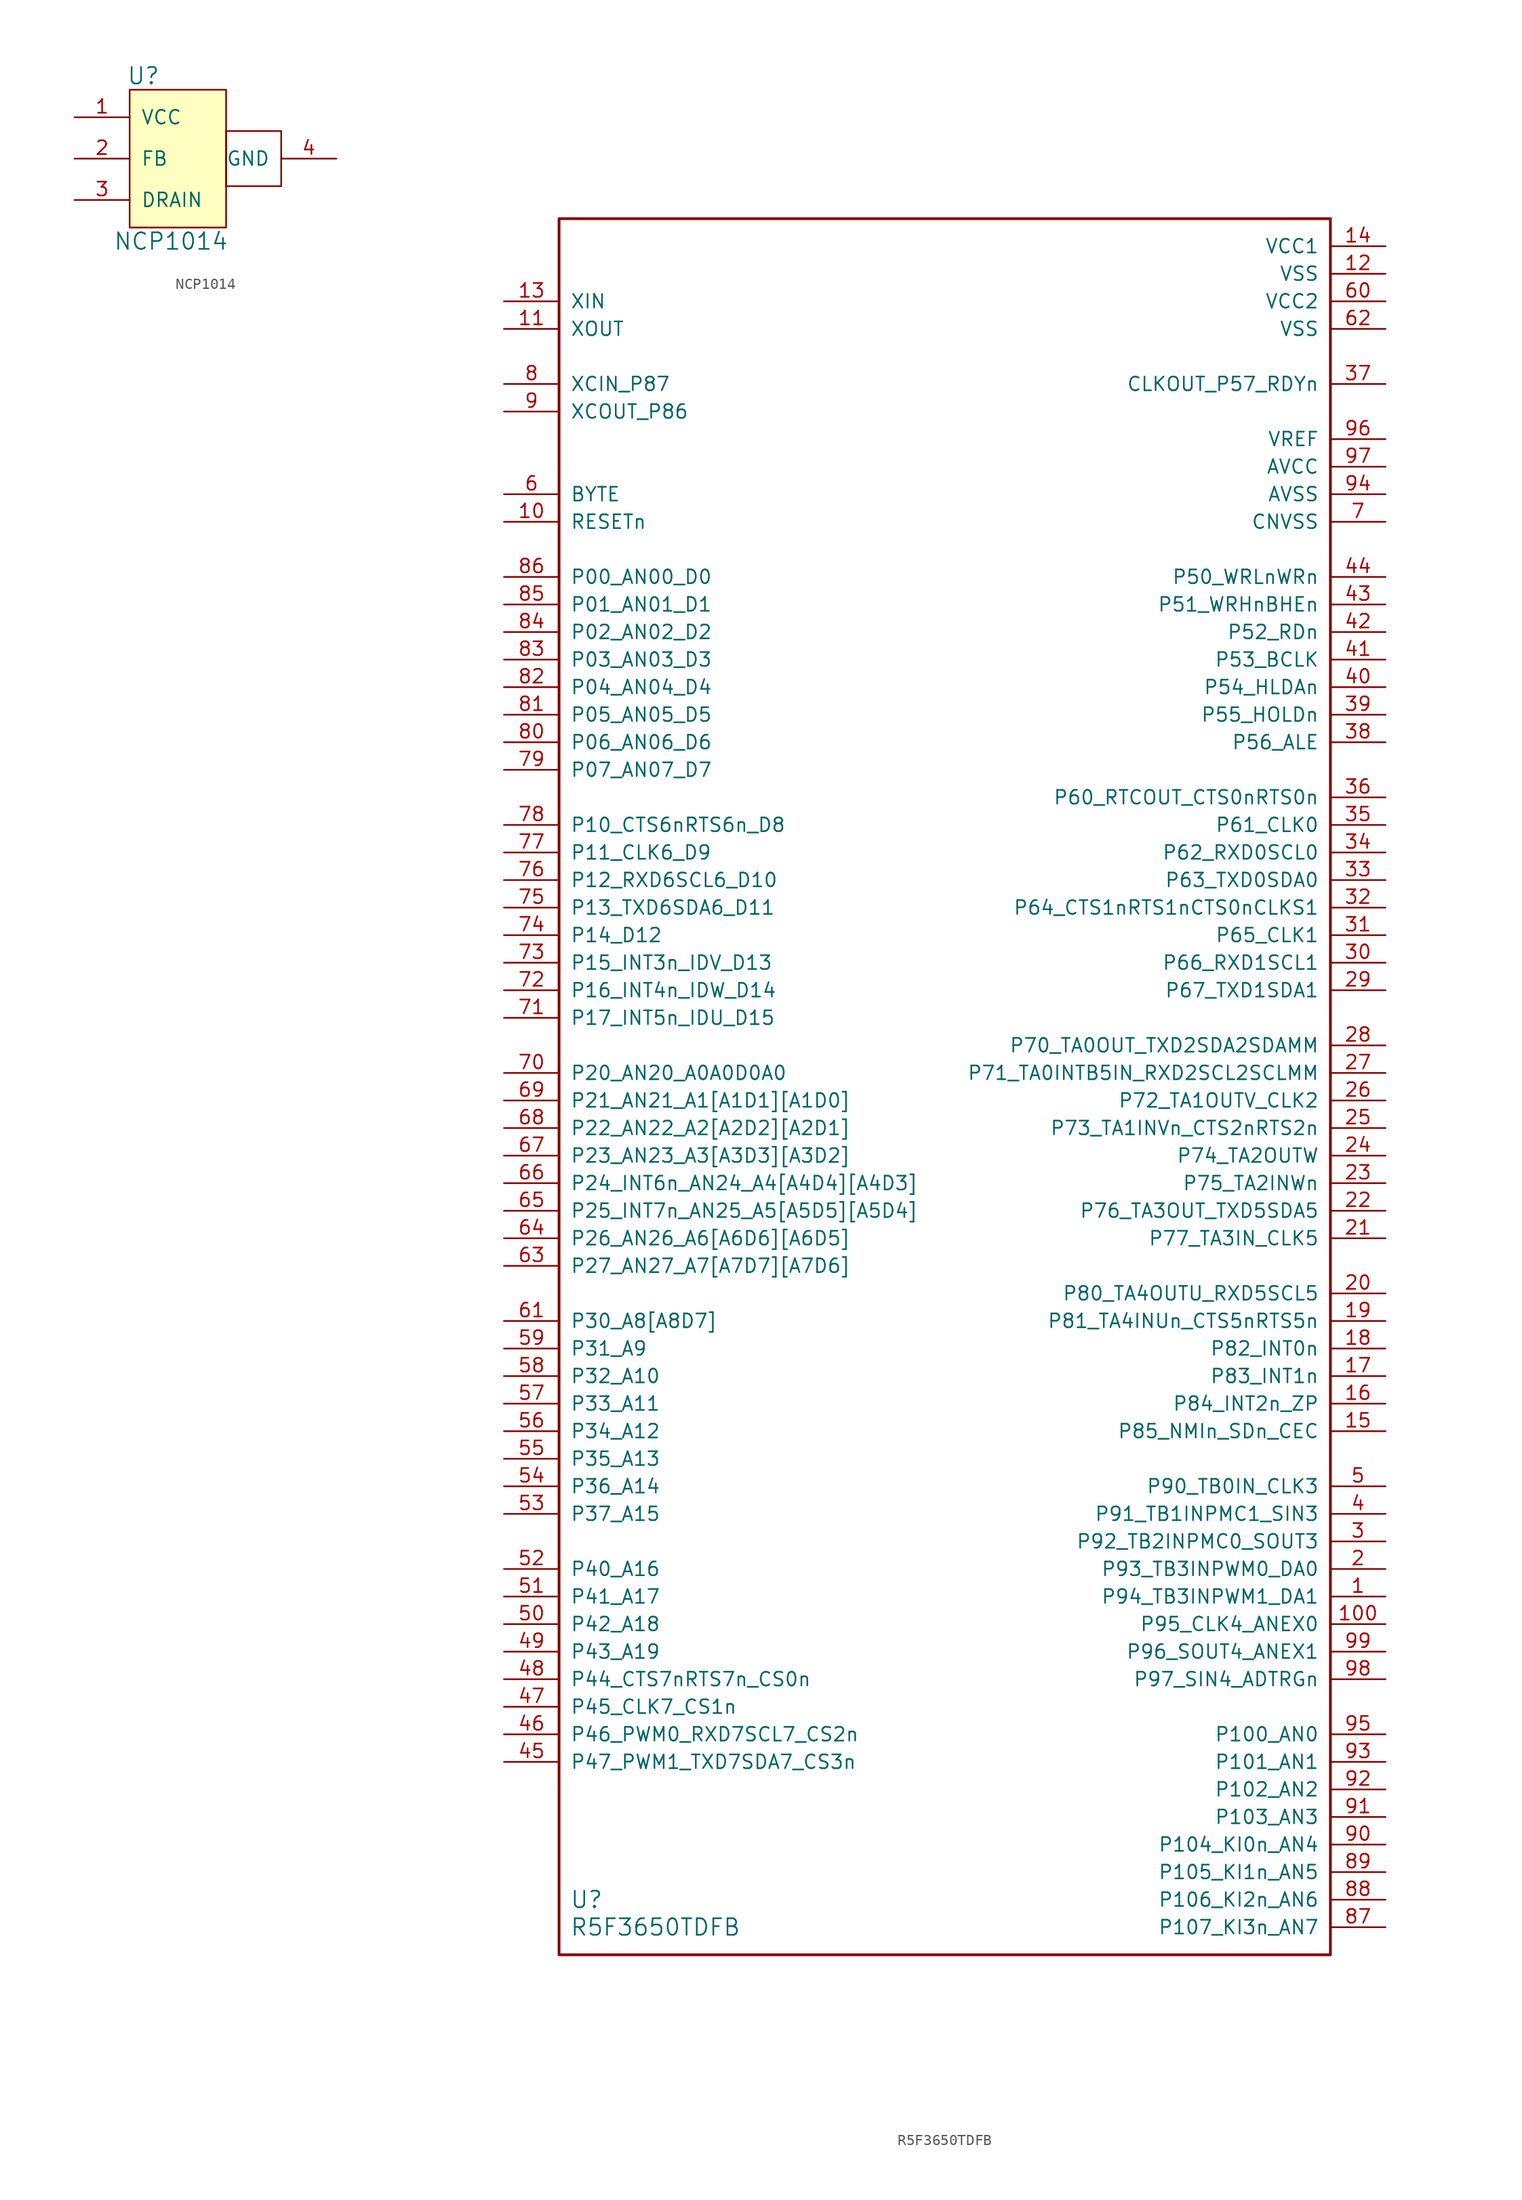
<source format=kicad_sym>
(kicad_symbol_lib
  (version 20220914)
  (generator kicad_symbol_editor)
  (symbol "NCP1014"
    (pin_names
      (offset 1.016))
    (property "Reference" "U"
      (at -3.81 12.7 0)
      (effects (font (size 1.524 1.524))))
    (property "Value" "NCP1014"
      (at -1.27 -2.54 0)
      (effects (font (size 1.524 1.524))))
    (symbol "NCP1014_0_1"
      (rectangle (start -5.08 11.43) (end 3.81 -1.27) (stroke (width 0) (type solid)) (fill (type background)))
      (rectangle (start 3.81 7.62) (end 8.89 2.54) (stroke (width 0) (type solid)) (fill (type none))))
    (symbol "NCP1014_1_1"
      (pin input line (at -10.16 8.89 0) (length 5.08) (name "VCC" (effects (font (size 1.27 1.27)))) (number "1" (effects (font (size 1.27 1.27)))))
      (pin input line (at -10.16 5.08 0) (length 5.08) (name "FB" (effects (font (size 1.27 1.27)))) (number "2" (effects (font (size 1.27 1.27)))))
      (pin input line (at -10.16 1.27 0) (length 5.08) (name "DRAIN" (effects (font (size 1.27 1.27)))) (number "3" (effects (font (size 1.27 1.27)))))
      (pin input line (at 13.97 5.08 180) (length 5.08) (name "GND" (effects (font (size 1.27 1.27)))) (number "4" (effects (font (size 1.27 1.27)))))))
  (symbol "R5F3650TDFB"
    (pin_names
      (offset 1.016))
    (property "Reference" "U"
      (at -33.02 -88.9 0)
      (effects (font (size 1.524 1.524))))
    (property "Value" "R5F3650TDFB"
      (at -26.67 -91.44 0)
      (effects (font (size 1.524 1.524))))
    (symbol "R5F3650TDFB_1_1"
      (rectangle (start -35.56 66.04) (end 35.56 -93.98) (stroke (width 0.254) (type solid)) (fill (type none)))
      (pin input line (at 40.64 -60.96 180) (length 5.08) (name "P94_TB3INPWM1_DA1" (effects (font (size 1.27 1.27)))) (number "1" (effects (font (size 1.27 1.27)))))
      (pin input line (at -40.64 38.1 0) (length 5.08) (name "RESETn" (effects (font (size 1.27 1.27)))) (number "10" (effects (font (size 1.27 1.27)))))
      (pin input line (at 40.64 -63.5 180) (length 5.08) (name "P95_CLK4_ANEX0" (effects (font (size 1.27 1.27)))) (number "100" (effects (font (size 1.27 1.27)))))
      (pin input line (at -40.64 55.88 0) (length 5.08) (name "XOUT" (effects (font (size 1.27 1.27)))) (number "11" (effects (font (size 1.27 1.27)))))
      (pin input line (at 40.64 60.96 180) (length 5.08) (name "VSS" (effects (font (size 1.27 1.27)))) (number "12" (effects (font (size 1.27 1.27)))))
      (pin input line (at -40.64 58.42 0) (length 5.08) (name "XIN" (effects (font (size 1.27 1.27)))) (number "13" (effects (font (size 1.27 1.27)))))
      (pin input line (at 40.64 63.5 180) (length 5.08) (name "VCC1" (effects (font (size 1.27 1.27)))) (number "14" (effects (font (size 1.27 1.27)))))
      (pin input line (at 40.64 -45.72 180) (length 5.08) (name "P85_NMIn_SDn_CEC" (effects (font (size 1.27 1.27)))) (number "15" (effects (font (size 1.27 1.27)))))
      (pin input line (at 40.64 -43.18 180) (length 5.08) (name "P84_INT2n_ZP" (effects (font (size 1.27 1.27)))) (number "16" (effects (font (size 1.27 1.27)))))
      (pin input line (at 40.64 -40.64 180) (length 5.08) (name "P83_INT1n" (effects (font (size 1.27 1.27)))) (number "17" (effects (font (size 1.27 1.27)))))
      (pin input line (at 40.64 -38.1 180) (length 5.08) (name "P82_INT0n" (effects (font (size 1.27 1.27)))) (number "18" (effects (font (size 1.27 1.27)))))
      (pin input line (at 40.64 -35.56 180) (length 5.08) (name "P81_TA4INUn_CTS5nRTS5n" (effects (font (size 1.27 1.27)))) (number "19" (effects (font (size 1.27 1.27)))))
      (pin input line (at 40.64 -58.42 180) (length 5.08) (name "P93_TB3INPWM0_DA0" (effects (font (size 1.27 1.27)))) (number "2" (effects (font (size 1.27 1.27)))))
      (pin input line (at 40.64 -33.02 180) (length 5.08) (name "P80_TA4OUTU_RXD5SCL5" (effects (font (size 1.27 1.27)))) (number "20" (effects (font (size 1.27 1.27)))))
      (pin input line (at 40.64 -27.94 180) (length 5.08) (name "P77_TA3IN_CLK5" (effects (font (size 1.27 1.27)))) (number "21" (effects (font (size 1.27 1.27)))))
      (pin input line (at 40.64 -25.4 180) (length 5.08) (name "P76_TA3OUT_TXD5SDA5" (effects (font (size 1.27 1.27)))) (number "22" (effects (font (size 1.27 1.27)))))
      (pin input line (at 40.64 -22.86 180) (length 5.08) (name "P75_TA2INWn" (effects (font (size 1.27 1.27)))) (number "23" (effects (font (size 1.27 1.27)))))
      (pin input line (at 40.64 -20.32 180) (length 5.08) (name "P74_TA2OUTW" (effects (font (size 1.27 1.27)))) (number "24" (effects (font (size 1.27 1.27)))))
      (pin input line (at 40.64 -17.78 180) (length 5.08) (name "P73_TA1INVn_CTS2nRTS2n" (effects (font (size 1.27 1.27)))) (number "25" (effects (font (size 1.27 1.27)))))
      (pin input line (at 40.64 -15.24 180) (length 5.08) (name "P72_TA1OUTV_CLK2" (effects (font (size 1.27 1.27)))) (number "26" (effects (font (size 1.27 1.27)))))
      (pin input line (at 40.64 -12.7 180) (length 5.08) (name "P71_TA0INTB5IN_RXD2SCL2SCLMM" (effects (font (size 1.27 1.27)))) (number "27" (effects (font (size 1.27 1.27)))))
      (pin input line (at 40.64 -10.16 180) (length 5.08) (name "P70_TA0OUT_TXD2SDA2SDAMM" (effects (font (size 1.27 1.27)))) (number "28" (effects (font (size 1.27 1.27)))))
      (pin input line (at 40.64 -5.08 180) (length 5.08) (name "P67_TXD1SDA1" (effects (font (size 1.27 1.27)))) (number "29" (effects (font (size 1.27 1.27)))))
      (pin input line (at 40.64 -55.88 180) (length 5.08) (name "P92_TB2INPMC0_SOUT3" (effects (font (size 1.27 1.27)))) (number "3" (effects (font (size 1.27 1.27)))))
      (pin input line (at 40.64 -2.54 180) (length 5.08) (name "P66_RXD1SCL1" (effects (font (size 1.27 1.27)))) (number "30" (effects (font (size 1.27 1.27)))))
      (pin input line (at 40.64 0 180) (length 5.08) (name "P65_CLK1" (effects (font (size 1.27 1.27)))) (number "31" (effects (font (size 1.27 1.27)))))
      (pin input line (at 40.64 2.54 180) (length 5.08) (name "P64_CTS1nRTS1nCTS0nCLKS1" (effects (font (size 1.27 1.27)))) (number "32" (effects (font (size 1.27 1.27)))))
      (pin input line (at 40.64 5.08 180) (length 5.08) (name "P63_TXD0SDA0" (effects (font (size 1.27 1.27)))) (number "33" (effects (font (size 1.27 1.27)))))
      (pin input line (at 40.64 7.62 180) (length 5.08) (name "P62_RXD0SCL0" (effects (font (size 1.27 1.27)))) (number "34" (effects (font (size 1.27 1.27)))))
      (pin input line (at 40.64 10.16 180) (length 5.08) (name "P61_CLK0" (effects (font (size 1.27 1.27)))) (number "35" (effects (font (size 1.27 1.27)))))
      (pin input line (at 40.64 12.7 180) (length 5.08) (name "P60_RTCOUT_CTS0nRTS0n" (effects (font (size 1.27 1.27)))) (number "36" (effects (font (size 1.27 1.27)))))
      (pin input line (at 40.64 50.8 180) (length 5.08) (name "CLKOUT_P57_RDYn" (effects (font (size 1.27 1.27)))) (number "37" (effects (font (size 1.27 1.27)))))
      (pin input line (at 40.64 17.78 180) (length 5.08) (name "P56_ALE" (effects (font (size 1.27 1.27)))) (number "38" (effects (font (size 1.27 1.27)))))
      (pin input line (at 40.64 20.32 180) (length 5.08) (name "P55_HOLDn" (effects (font (size 1.27 1.27)))) (number "39" (effects (font (size 1.27 1.27)))))
      (pin input line (at 40.64 -53.34 180) (length 5.08) (name "P91_TB1INPMC1_SIN3" (effects (font (size 1.27 1.27)))) (number "4" (effects (font (size 1.27 1.27)))))
      (pin input line (at 40.64 22.86 180) (length 5.08) (name "P54_HLDAn" (effects (font (size 1.27 1.27)))) (number "40" (effects (font (size 1.27 1.27)))))
      (pin input line (at 40.64 25.4 180) (length 5.08) (name "P53_BCLK" (effects (font (size 1.27 1.27)))) (number "41" (effects (font (size 1.27 1.27)))))
      (pin input line (at 40.64 27.94 180) (length 5.08) (name "P52_RDn" (effects (font (size 1.27 1.27)))) (number "42" (effects (font (size 1.27 1.27)))))
      (pin input line (at 40.64 30.48 180) (length 5.08) (name "P51_WRHnBHEn" (effects (font (size 1.27 1.27)))) (number "43" (effects (font (size 1.27 1.27)))))
      (pin input line (at 40.64 33.02 180) (length 5.08) (name "P50_WRLnWRn" (effects (font (size 1.27 1.27)))) (number "44" (effects (font (size 1.27 1.27)))))
      (pin input line (at -40.64 -76.2 0) (length 5.08) (name "P47_PWM1_TXD7SDA7_CS3n" (effects (font (size 1.27 1.27)))) (number "45" (effects (font (size 1.27 1.27)))))
      (pin input line (at -40.64 -73.66 0) (length 5.08) (name "P46_PWM0_RXD7SCL7_CS2n" (effects (font (size 1.27 1.27)))) (number "46" (effects (font (size 1.27 1.27)))))
      (pin input line (at -40.64 -71.12 0) (length 5.08) (name "P45_CLK7_CS1n" (effects (font (size 1.27 1.27)))) (number "47" (effects (font (size 1.27 1.27)))))
      (pin input line (at -40.64 -68.58 0) (length 5.08) (name "P44_CTS7nRTS7n_CS0n" (effects (font (size 1.27 1.27)))) (number "48" (effects (font (size 1.27 1.27)))))
      (pin input line (at -40.64 -66.04 0) (length 5.08) (name "P43_A19" (effects (font (size 1.27 1.27)))) (number "49" (effects (font (size 1.27 1.27)))))
      (pin input line (at 40.64 -50.8 180) (length 5.08) (name "P90_TB0IN_CLK3" (effects (font (size 1.27 1.27)))) (number "5" (effects (font (size 1.27 1.27)))))
      (pin input line (at -40.64 -63.5 0) (length 5.08) (name "P42_A18" (effects (font (size 1.27 1.27)))) (number "50" (effects (font (size 1.27 1.27)))))
      (pin input line (at -40.64 -60.96 0) (length 5.08) (name "P41_A17" (effects (font (size 1.27 1.27)))) (number "51" (effects (font (size 1.27 1.27)))))
      (pin input line (at -40.64 -58.42 0) (length 5.08) (name "P40_A16" (effects (font (size 1.27 1.27)))) (number "52" (effects (font (size 1.27 1.27)))))
      (pin input line (at -40.64 -53.34 0) (length 5.08) (name "P37_A15" (effects (font (size 1.27 1.27)))) (number "53" (effects (font (size 1.27 1.27)))))
      (pin input line (at -40.64 -50.8 0) (length 5.08) (name "P36_A14" (effects (font (size 1.27 1.27)))) (number "54" (effects (font (size 1.27 1.27)))))
      (pin input line (at -40.64 -48.26 0) (length 5.08) (name "P35_A13" (effects (font (size 1.27 1.27)))) (number "55" (effects (font (size 1.27 1.27)))))
      (pin input line (at -40.64 -45.72 0) (length 5.08) (name "P34_A12" (effects (font (size 1.27 1.27)))) (number "56" (effects (font (size 1.27 1.27)))))
      (pin input line (at -40.64 -43.18 0) (length 5.08) (name "P33_A11" (effects (font (size 1.27 1.27)))) (number "57" (effects (font (size 1.27 1.27)))))
      (pin input line (at -40.64 -40.64 0) (length 5.08) (name "P32_A10" (effects (font (size 1.27 1.27)))) (number "58" (effects (font (size 1.27 1.27)))))
      (pin input line (at -40.64 -38.1 0) (length 5.08) (name "P31_A9" (effects (font (size 1.27 1.27)))) (number "59" (effects (font (size 1.27 1.27)))))
      (pin input line (at -40.64 40.64 0) (length 5.08) (name "BYTE" (effects (font (size 1.27 1.27)))) (number "6" (effects (font (size 1.27 1.27)))))
      (pin input line (at 40.64 58.42 180) (length 5.08) (name "VCC2" (effects (font (size 1.27 1.27)))) (number "60" (effects (font (size 1.27 1.27)))))
      (pin input line (at -40.64 -35.56 0) (length 5.08) (name "P30_A8[A8D7]" (effects (font (size 1.27 1.27)))) (number "61" (effects (font (size 1.27 1.27)))))
      (pin input line (at 40.64 55.88 180) (length 5.08) (name "VSS" (effects (font (size 1.27 1.27)))) (number "62" (effects (font (size 1.27 1.27)))))
      (pin input line (at -40.64 -30.48 0) (length 5.08) (name "P27_AN27_A7[A7D7][A7D6]" (effects (font (size 1.27 1.27)))) (number "63" (effects (font (size 1.27 1.27)))))
      (pin input line (at -40.64 -27.94 0) (length 5.08) (name "P26_AN26_A6[A6D6][A6D5]" (effects (font (size 1.27 1.27)))) (number "64" (effects (font (size 1.27 1.27)))))
      (pin input line (at -40.64 -25.4 0) (length 5.08) (name "P25_INT7n_AN25_A5[A5D5][A5D4]" (effects (font (size 1.27 1.27)))) (number "65" (effects (font (size 1.27 1.27)))))
      (pin input line (at -40.64 -22.86 0) (length 5.08) (name "P24_INT6n_AN24_A4[A4D4][A4D3]" (effects (font (size 1.27 1.27)))) (number "66" (effects (font (size 1.27 1.27)))))
      (pin input line (at -40.64 -20.32 0) (length 5.08) (name "P23_AN23_A3[A3D3][A3D2]" (effects (font (size 1.27 1.27)))) (number "67" (effects (font (size 1.27 1.27)))))
      (pin input line (at -40.64 -17.78 0) (length 5.08) (name "P22_AN22_A2[A2D2][A2D1]" (effects (font (size 1.27 1.27)))) (number "68" (effects (font (size 1.27 1.27)))))
      (pin input line (at -40.64 -15.24 0) (length 5.08) (name "P21_AN21_A1[A1D1][A1D0]" (effects (font (size 1.27 1.27)))) (number "69" (effects (font (size 1.27 1.27)))))
      (pin input line (at 40.64 38.1 180) (length 5.08) (name "CNVSS" (effects (font (size 1.27 1.27)))) (number "7" (effects (font (size 1.27 1.27)))))
      (pin input line (at -40.64 -12.7 0) (length 5.08) (name "P20_AN20_A0A0D0A0" (effects (font (size 1.27 1.27)))) (number "70" (effects (font (size 1.27 1.27)))))
      (pin input line (at -40.64 -7.62 0) (length 5.08) (name "P17_INT5n_IDU_D15" (effects (font (size 1.27 1.27)))) (number "71" (effects (font (size 1.27 1.27)))))
      (pin input line (at -40.64 -5.08 0) (length 5.08) (name "P16_INT4n_IDW_D14" (effects (font (size 1.27 1.27)))) (number "72" (effects (font (size 1.27 1.27)))))
      (pin input line (at -40.64 -2.54 0) (length 5.08) (name "P15_INT3n_IDV_D13" (effects (font (size 1.27 1.27)))) (number "73" (effects (font (size 1.27 1.27)))))
      (pin input line (at -40.64 0 0) (length 5.08) (name "P14_D12" (effects (font (size 1.27 1.27)))) (number "74" (effects (font (size 1.27 1.27)))))
      (pin input line (at -40.64 2.54 0) (length 5.08) (name "P13_TXD6SDA6_D11" (effects (font (size 1.27 1.27)))) (number "75" (effects (font (size 1.27 1.27)))))
      (pin input line (at -40.64 5.08 0) (length 5.08) (name "P12_RXD6SCL6_D10" (effects (font (size 1.27 1.27)))) (number "76" (effects (font (size 1.27 1.27)))))
      (pin input line (at -40.64 7.62 0) (length 5.08) (name "P11_CLK6_D9" (effects (font (size 1.27 1.27)))) (number "77" (effects (font (size 1.27 1.27)))))
      (pin input line (at -40.64 10.16 0) (length 5.08) (name "P10_CTS6nRTS6n_D8" (effects (font (size 1.27 1.27)))) (number "78" (effects (font (size 1.27 1.27)))))
      (pin input line (at -40.64 15.24 0) (length 5.08) (name "P07_AN07_D7" (effects (font (size 1.27 1.27)))) (number "79" (effects (font (size 1.27 1.27)))))
      (pin input line (at -40.64 50.8 0) (length 5.08) (name "XCIN_P87" (effects (font (size 1.27 1.27)))) (number "8" (effects (font (size 1.27 1.27)))))
      (pin input line (at -40.64 17.78 0) (length 5.08) (name "P06_AN06_D6" (effects (font (size 1.27 1.27)))) (number "80" (effects (font (size 1.27 1.27)))))
      (pin input line (at -40.64 20.32 0) (length 5.08) (name "P05_AN05_D5" (effects (font (size 1.27 1.27)))) (number "81" (effects (font (size 1.27 1.27)))))
      (pin input line (at -40.64 22.86 0) (length 5.08) (name "P04_AN04_D4" (effects (font (size 1.27 1.27)))) (number "82" (effects (font (size 1.27 1.27)))))
      (pin input line (at -40.64 25.4 0) (length 5.08) (name "P03_AN03_D3" (effects (font (size 1.27 1.27)))) (number "83" (effects (font (size 1.27 1.27)))))
      (pin input line (at -40.64 27.94 0) (length 5.08) (name "P02_AN02_D2" (effects (font (size 1.27 1.27)))) (number "84" (effects (font (size 1.27 1.27)))))
      (pin input line (at -40.64 30.48 0) (length 5.08) (name "P01_AN01_D1" (effects (font (size 1.27 1.27)))) (number "85" (effects (font (size 1.27 1.27)))))
      (pin input line (at -40.64 33.02 0) (length 5.08) (name "P00_AN00_D0" (effects (font (size 1.27 1.27)))) (number "86" (effects (font (size 1.27 1.27)))))
      (pin input line (at 40.64 -91.44 180) (length 5.08) (name "P107_KI3n_AN7" (effects (font (size 1.27 1.27)))) (number "87" (effects (font (size 1.27 1.27)))))
      (pin input line (at 40.64 -88.9 180) (length 5.08) (name "P106_KI2n_AN6" (effects (font (size 1.27 1.27)))) (number "88" (effects (font (size 1.27 1.27)))))
      (pin input line (at 40.64 -86.36 180) (length 5.08) (name "P105_KI1n_AN5" (effects (font (size 1.27 1.27)))) (number "89" (effects (font (size 1.27 1.27)))))
      (pin input line (at -40.64 48.26 0) (length 5.08) (name "XCOUT_P86" (effects (font (size 1.27 1.27)))) (number "9" (effects (font (size 1.27 1.27)))))
      (pin input line (at 40.64 -83.82 180) (length 5.08) (name "P104_KI0n_AN4" (effects (font (size 1.27 1.27)))) (number "90" (effects (font (size 1.27 1.27)))))
      (pin input line (at 40.64 -81.28 180) (length 5.08) (name "P103_AN3" (effects (font (size 1.27 1.27)))) (number "91" (effects (font (size 1.27 1.27)))))
      (pin input line (at 40.64 -78.74 180) (length 5.08) (name "P102_AN2" (effects (font (size 1.27 1.27)))) (number "92" (effects (font (size 1.27 1.27)))))
      (pin input line (at 40.64 -76.2 180) (length 5.08) (name "P101_AN1" (effects (font (size 1.27 1.27)))) (number "93" (effects (font (size 1.27 1.27)))))
      (pin input line (at 40.64 40.64 180) (length 5.08) (name "AVSS" (effects (font (size 1.27 1.27)))) (number "94" (effects (font (size 1.27 1.27)))))
      (pin input line (at 40.64 -73.66 180) (length 5.08) (name "P100_AN0" (effects (font (size 1.27 1.27)))) (number "95" (effects (font (size 1.27 1.27)))))
      (pin input line (at 40.64 45.72 180) (length 5.08) (name "VREF" (effects (font (size 1.27 1.27)))) (number "96" (effects (font (size 1.27 1.27)))))
      (pin input line (at 40.64 43.18 180) (length 5.08) (name "AVCC" (effects (font (size 1.27 1.27)))) (number "97" (effects (font (size 1.27 1.27)))))
      (pin input line (at 40.64 -68.58 180) (length 5.08) (name "P97_SIN4_ADTRGn" (effects (font (size 1.27 1.27)))) (number "98" (effects (font (size 1.27 1.27)))))
      (pin input line (at 40.64 -66.04 180) (length 5.08) (name "P96_SOUT4_ANEX1" (effects (font (size 1.27 1.27)))) (number "99" (effects (font (size 1.27 1.27))))))))
</source>
